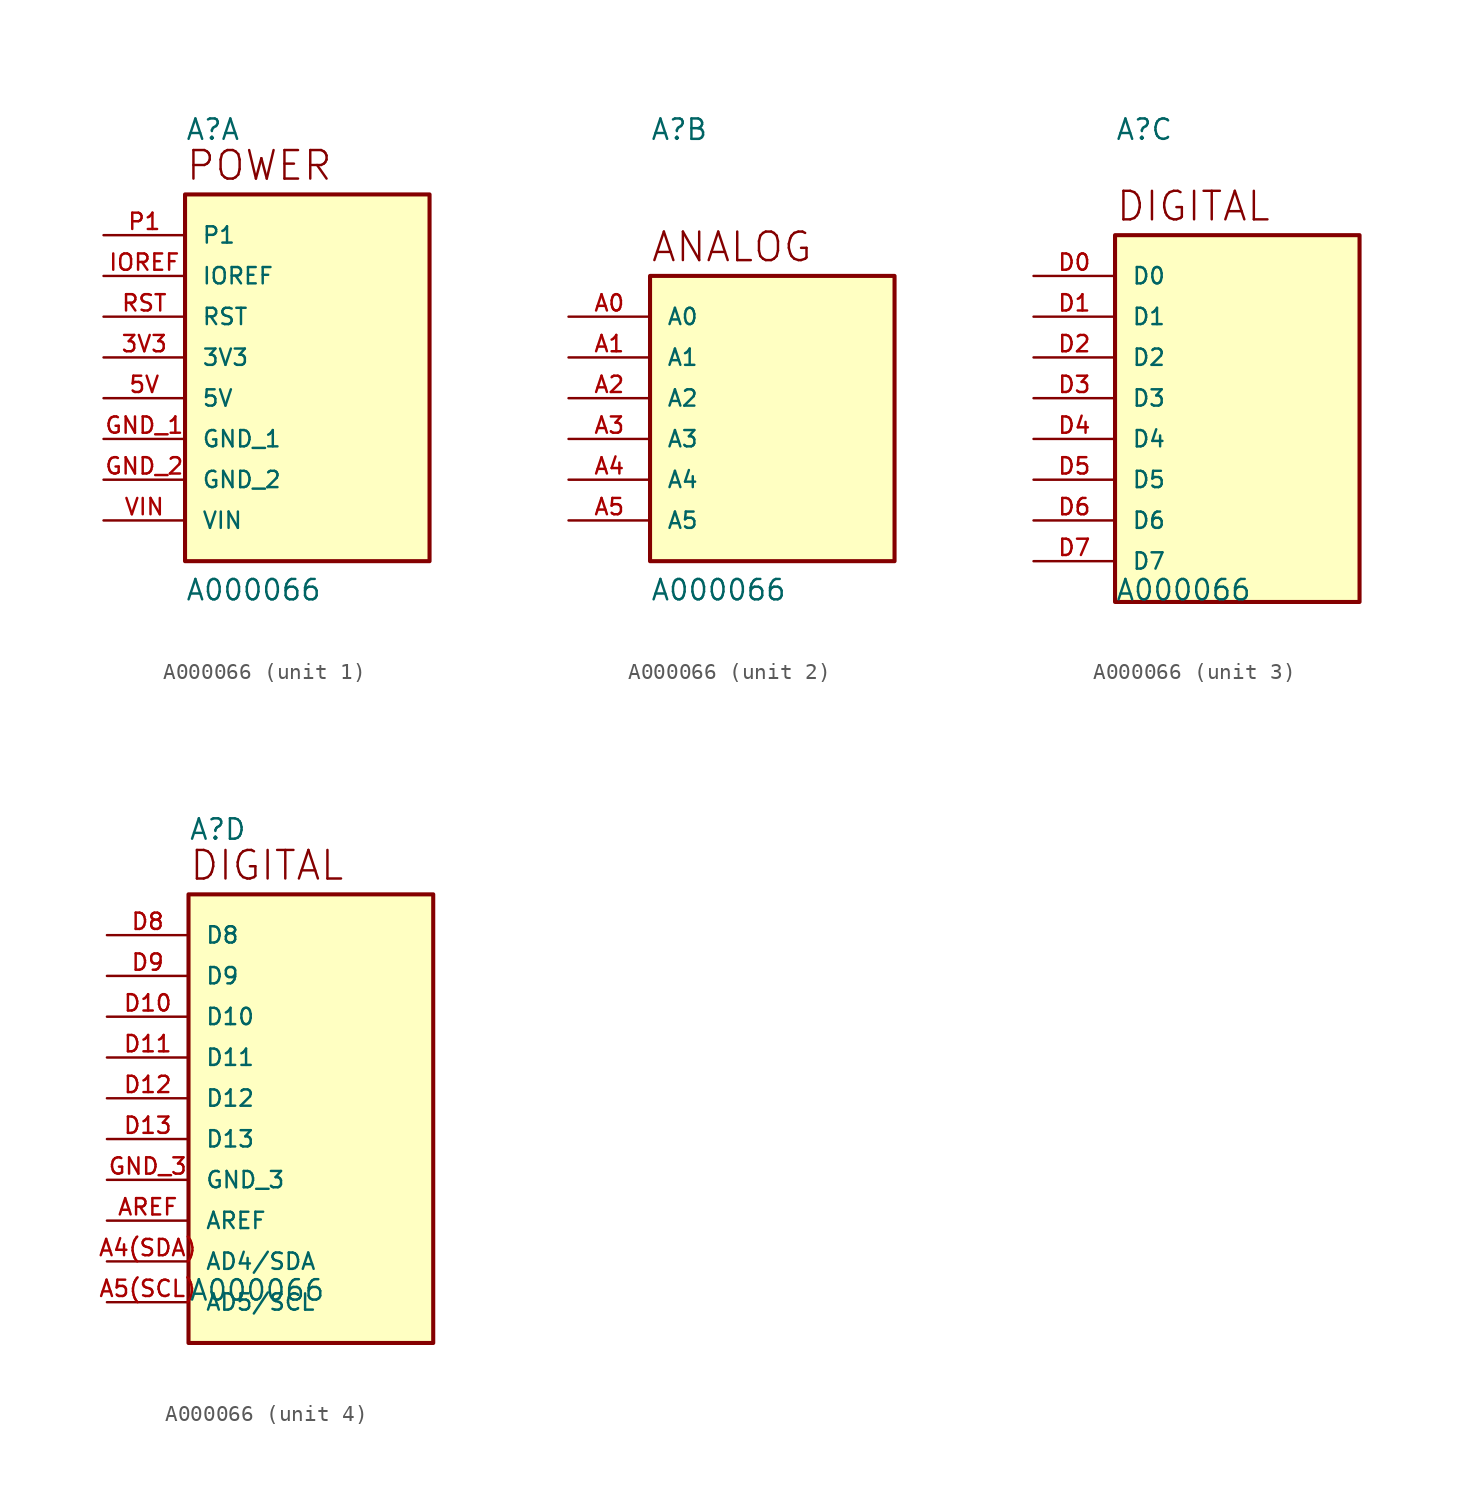
<source format=kicad_sym>
(kicad_symbol_lib
  (version 20211014)
  (generator kicad_symbol_editor)
  (symbol "A000066"
    (pin_names
      (offset 1.016))
    (property "Reference" "A"
      (at -7.62 16.002 0)
      (effects (font (size 1.27 1.27)) (justify bottom left)))
    (property "Value" "A000066"
      (at -7.62 -12.7 0)
      (effects (font (size 1.27 1.27)) (justify bottom left)))
    (symbol "A000066_1_0"
      (text "POWER" (at -7.62 13.462 0) (effects (font (size 1.778 1.778)) (justify bottom left)))
      (rectangle (start -7.62 -10.16) (end 7.62 12.7) (stroke (width 0.254)) (fill (type background)))
      (pin bidirectional line (at -12.7 5.08 0) (length 5.08) (name "RST" (effects (font (size 1.016 1.016)))) (number "RST" (effects (font (size 1.016 1.016)))))
      (pin power_in line (at -12.7 2.54 0) (length 5.08) (name "3V3" (effects (font (size 1.016 1.016)))) (number "3V3" (effects (font (size 1.016 1.016)))))
      (pin power_in line (at -12.7 0.0 0) (length 5.08) (name "5V" (effects (font (size 1.016 1.016)))) (number "5V" (effects (font (size 1.016 1.016)))))
      (pin power_in line (at -12.7 -2.54 0) (length 5.08) (name "GND_1" (effects (font (size 1.016 1.016)))) (number "GND_1" (effects (font (size 1.016 1.016)))))
      (pin power_in line (at -12.7 -5.08 0) (length 5.08) (name "GND_2" (effects (font (size 1.016 1.016)))) (number "GND_2" (effects (font (size 1.016 1.016)))))
      (pin power_in line (at -12.7 -7.62 0) (length 5.08) (name "VIN" (effects (font (size 1.016 1.016)))) (number "VIN" (effects (font (size 1.016 1.016)))))
      (pin bidirectional line (at -12.7 10.16 0) (length 5.08) (name "P1" (effects (font (size 1.016 1.016)))) (number "P1" (effects (font (size 1.016 1.016)))))
      (pin bidirectional line (at -12.7 7.62 0) (length 5.08) (name "IOREF" (effects (font (size 1.016 1.016)))) (number "IOREF" (effects (font (size 1.016 1.016))))))
    (symbol "A000066_2_0"
      (text "ANALOG" (at -7.62 8.382 0) (effects (font (size 1.778 1.778)) (justify bottom left)))
      (rectangle (start -7.62 -10.16) (end 7.62 7.62) (stroke (width 0.254)) (fill (type background)))
      (pin bidirectional line (at -12.7 5.08 0) (length 5.08) (name "A0" (effects (font (size 1.016 1.016)))) (number "A0" (effects (font (size 1.016 1.016)))))
      (pin bidirectional line (at -12.7 2.54 0) (length 5.08) (name "A1" (effects (font (size 1.016 1.016)))) (number "A1" (effects (font (size 1.016 1.016)))))
      (pin bidirectional line (at -12.7 0.0 0) (length 5.08) (name "A2" (effects (font (size 1.016 1.016)))) (number "A2" (effects (font (size 1.016 1.016)))))
      (pin bidirectional line (at -12.7 -2.54 0) (length 5.08) (name "A3" (effects (font (size 1.016 1.016)))) (number "A3" (effects (font (size 1.016 1.016)))))
      (pin bidirectional line (at -12.7 -5.08 0) (length 5.08) (name "A4" (effects (font (size 1.016 1.016)))) (number "A4" (effects (font (size 1.016 1.016)))))
      (pin bidirectional line (at -12.7 -7.62 0) (length 5.08) (name "A5" (effects (font (size 1.016 1.016)))) (number "A5" (effects (font (size 1.016 1.016))))))
    (symbol "A000066_3_0"
      (text "DIGITAL" (at -7.62 10.922 0) (effects (font (size 1.778 1.778)) (justify bottom left)))
      (rectangle (start -7.62 -12.7) (end 7.62 10.16) (stroke (width 0.254)) (fill (type background)))
      (pin bidirectional line (at -12.7 7.62 0) (length 5.08) (name "D0" (effects (font (size 1.016 1.016)))) (number "D0" (effects (font (size 1.016 1.016)))))
      (pin bidirectional line (at -12.7 5.08 0) (length 5.08) (name "D1" (effects (font (size 1.016 1.016)))) (number "D1" (effects (font (size 1.016 1.016)))))
      (pin bidirectional line (at -12.7 2.54 0) (length 5.08) (name "D2" (effects (font (size 1.016 1.016)))) (number "D2" (effects (font (size 1.016 1.016)))))
      (pin bidirectional line (at -12.7 0.0 0) (length 5.08) (name "D3" (effects (font (size 1.016 1.016)))) (number "D3" (effects (font (size 1.016 1.016)))))
      (pin bidirectional line (at -12.7 -2.54 0) (length 5.08) (name "D4" (effects (font (size 1.016 1.016)))) (number "D4" (effects (font (size 1.016 1.016)))))
      (pin bidirectional line (at -12.7 -5.08 0) (length 5.08) (name "D5" (effects (font (size 1.016 1.016)))) (number "D5" (effects (font (size 1.016 1.016)))))
      (pin bidirectional line (at -12.7 -7.62 0) (length 5.08) (name "D6" (effects (font (size 1.016 1.016)))) (number "D6" (effects (font (size 1.016 1.016)))))
      (pin bidirectional line (at -12.7 -10.16 0) (length 5.08) (name "D7" (effects (font (size 1.016 1.016)))) (number "D7" (effects (font (size 1.016 1.016))))))
    (symbol "A000066_4_0"
      (text "DIGITAL" (at -7.62 13.462 0) (effects (font (size 1.778 1.778)) (justify bottom left)))
      (rectangle (start -7.62 -15.24) (end 7.62 12.7) (stroke (width 0.254)) (fill (type background)))
      (pin bidirectional line (at -12.7 10.16 0) (length 5.08) (name "D8" (effects (font (size 1.016 1.016)))) (number "D8" (effects (font (size 1.016 1.016)))))
      (pin bidirectional line (at -12.7 7.62 0) (length 5.08) (name "D9" (effects (font (size 1.016 1.016)))) (number "D9" (effects (font (size 1.016 1.016)))))
      (pin bidirectional line (at -12.7 5.08 0) (length 5.08) (name "D10" (effects (font (size 1.016 1.016)))) (number "D10" (effects (font (size 1.016 1.016)))))
      (pin bidirectional line (at -12.7 2.54 0) (length 5.08) (name "D11" (effects (font (size 1.016 1.016)))) (number "D11" (effects (font (size 1.016 1.016)))))
      (pin bidirectional line (at -12.7 0.0 0) (length 5.08) (name "D12" (effects (font (size 1.016 1.016)))) (number "D12" (effects (font (size 1.016 1.016)))))
      (pin bidirectional line (at -12.7 -2.54 0) (length 5.08) (name "D13" (effects (font (size 1.016 1.016)))) (number "D13" (effects (font (size 1.016 1.016)))))
      (pin power_in line (at -12.7 -5.08 0) (length 5.08) (name "GND_3" (effects (font (size 1.016 1.016)))) (number "GND_3" (effects (font (size 1.016 1.016)))))
      (pin bidirectional line (at -12.7 -7.62 0) (length 5.08) (name "AREF" (effects (font (size 1.016 1.016)))) (number "AREF" (effects (font (size 1.016 1.016)))))
      (pin bidirectional line (at -12.7 -10.16 0) (length 5.08) (name "AD4/SDA" (effects (font (size 1.016 1.016)))) (number "A4(SDA)" (effects (font (size 1.016 1.016)))))
      (pin bidirectional line (at -12.7 -12.7 0) (length 5.08) (name "AD5/SCL" (effects (font (size 1.016 1.016)))) (number "A5(SCL)" (effects (font (size 1.016 1.016))))))))
</source>
